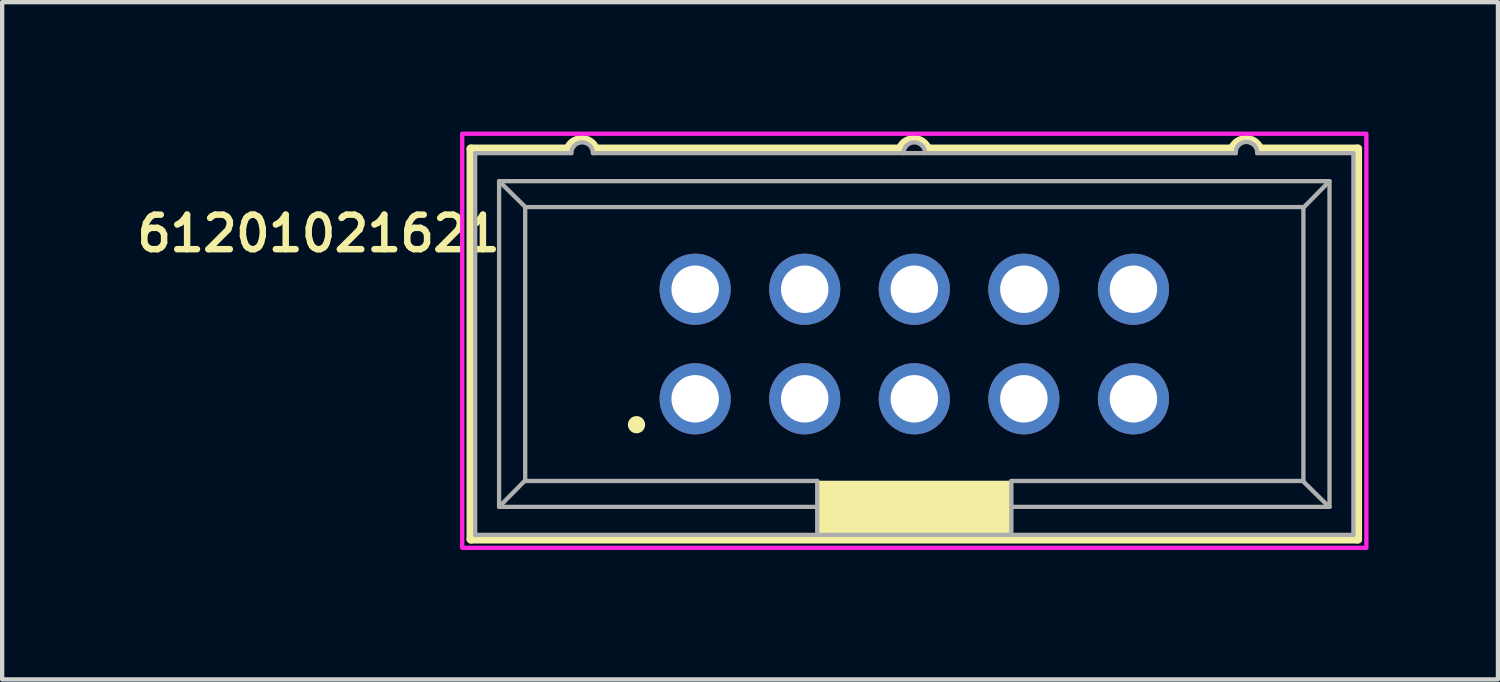
<source format=kicad_pcb>
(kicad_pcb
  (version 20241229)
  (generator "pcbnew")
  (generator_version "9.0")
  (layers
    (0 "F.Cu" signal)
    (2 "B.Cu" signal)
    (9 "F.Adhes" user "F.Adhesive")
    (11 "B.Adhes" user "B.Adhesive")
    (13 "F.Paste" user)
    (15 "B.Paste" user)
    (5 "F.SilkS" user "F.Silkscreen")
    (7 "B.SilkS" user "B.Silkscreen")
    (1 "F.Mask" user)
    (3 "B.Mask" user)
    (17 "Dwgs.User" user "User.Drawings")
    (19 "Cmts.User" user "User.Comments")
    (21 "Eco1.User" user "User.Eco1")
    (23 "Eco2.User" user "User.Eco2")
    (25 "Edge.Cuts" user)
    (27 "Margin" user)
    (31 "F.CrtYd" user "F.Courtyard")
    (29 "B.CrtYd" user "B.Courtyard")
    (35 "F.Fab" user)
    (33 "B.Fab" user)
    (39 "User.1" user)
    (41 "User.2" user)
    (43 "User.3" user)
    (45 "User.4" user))
  (footprint "61201021621"
    (layer "F.Cu")
    (at 18.145 4.925)
    (property "Reference" "61201021621" (at -13.81 -2.561 0) (layer "F.SilkS") (effects (font (size 0.8 0.8) (thickness 0.15))))
    (attr through_hole)
    (fp_line (start -10.28 -4.525) (end -10.28 4.525) (stroke (width 0.2) (type solid)) (layer "F.SilkS"))
    (fp_line (start -10.28 4.525) (end 10.28 4.525) (stroke (width 0.2) (type solid)) (layer "F.SilkS"))
    (fp_line (start -8.03 -4.525) (end -10.28 -4.525) (stroke (width 0.2) (type solid)) (layer "F.SilkS"))
    (fp_line (start -0.33 -4.525) (end -7.39 -4.525) (stroke (width 0.2) (type solid)) (layer "F.SilkS"))
    (fp_line (start 7.37 -4.525) (end 0.31 -4.525) (stroke (width 0.2) (type solid)) (layer "F.SilkS"))
    (fp_line (start 8.01 -4.525) (end 10.28 -4.525) (stroke (width 0.2) (type solid)) (layer "F.SilkS"))
    (fp_line (start 10.28 4.525) (end 10.28 -4.525) (stroke (width 0.2) (type solid)) (layer "F.SilkS"))
    (fp_arc (start -8.03 -4.525) (mid -7.71 -4.743548) (end -7.39 -4.525) (stroke (width 0.2) (type solid)) (layer "F.SilkS"))
    (fp_arc (start -0.33 -4.525) (mid -0.01 -4.743548) (end 0.31 -4.525) (stroke (width 0.2) (type solid)) (layer "F.SilkS"))
    (fp_arc (start 7.37 -4.525) (mid 7.69 -4.743548) (end 8.01 -4.525) (stroke (width 0.2) (type solid)) (layer "F.SilkS"))
    (fp_circle (center -6.44 1.87) (end -6.34 1.87) (stroke (width 0.2) (type solid)) (fill no) (layer "F.SilkS"))
    (fp_poly (pts (xy -2.25 3.175) (xy 2.25 3.175) (xy 2.25 4.425) (xy -2.25 4.425)) (stroke (width 0.01) (type solid)) (fill yes) (layer "F.SilkS"))
    (fp_poly (pts (xy -10.48 -4.875) (xy 10.48 -4.875) (xy 10.48 4.725) (xy -10.48 4.725)) (stroke (width 0.1) (type solid)) (fill no) (layer "F.CrtYd"))
    (fp_line (start -10.18 -4.425) (end -7.95 -4.425) (stroke (width 0.1) (type solid)) (layer "F.Fab"))
    (fp_line (start -10.18 4.425) (end -10.18 -4.425) (stroke (width 0.1) (type solid)) (layer "F.Fab"))
    (fp_line (start -9.625 -3.775) (end 9.625 -3.775) (stroke (width 0.1) (type solid)) (layer "F.Fab"))
    (fp_line (start -9.625 3.775) (end -9.625 -3.775) (stroke (width 0.1) (type solid)) (layer "F.Fab"))
    (fp_line (start -9.02 -3.175) (end 9.02 -3.175) (stroke (width 0.1) (type solid)) (layer "F.Fab"))
    (fp_line (start -9.02 3.16) (end -9.62 3.77) (stroke (width 0.1) (type solid)) (layer "F.Fab"))
    (fp_line (start -9.02 3.16) (end -9.02 -3.175) (stroke (width 0.1) (type solid)) (layer "F.Fab"))
    (fp_line (start -9.02 3.175) (end -9.02 3.16) (stroke (width 0.1) (type solid)) (layer "F.Fab"))
    (fp_line (start -9.01 -3.17) (end -9.62 -3.77) (stroke (width 0.1) (type solid)) (layer "F.Fab"))
    (fp_line (start -7.45 -4.425) (end 7.45 -4.425) (stroke (width 0.1) (type solid)) (layer "F.Fab"))
    (fp_line (start -2.25 3.175) (end -9.02 3.175) (stroke (width 0.1) (type solid)) (layer "F.Fab"))
    (fp_line (start -2.25 3.175) (end -2.25 3.775) (stroke (width 0.1) (type solid)) (layer "F.Fab"))
    (fp_line (start -2.25 3.775) (end -9.625 3.775) (stroke (width 0.1) (type solid)) (layer "F.Fab"))
    (fp_line (start -2.25 3.795) (end -2.25 4.395) (stroke (width 0.1) (type solid)) (layer "F.Fab"))
    (fp_line (start 2.25 3.175) (end 2.25 3.775) (stroke (width 0.1) (type solid)) (layer "F.Fab"))
    (fp_line (start 2.25 3.815) (end 2.25 4.415) (stroke (width 0.1) (type solid)) (layer "F.Fab"))
    (fp_line (start 7.95 -4.425) (end 10.18 -4.425) (stroke (width 0.1) (type solid)) (layer "F.Fab"))
    (fp_line (start 9 3.17) (end 9.61 3.77) (stroke (width 0.1) (type solid)) (layer "F.Fab"))
    (fp_line (start 9.01 -3.15) (end 9.61 -3.76) (stroke (width 0.1) (type solid)) (layer "F.Fab"))
    (fp_line (start 9.02 -3.175) (end 9.02 3.175) (stroke (width 0.1) (type solid)) (layer "F.Fab"))
    (fp_line (start 9.02 3.175) (end 2.25 3.175) (stroke (width 0.1) (type solid)) (layer "F.Fab"))
    (fp_line (start 9.625 -3.775) (end 9.625 3.775) (stroke (width 0.1) (type solid)) (layer "F.Fab"))
    (fp_line (start 9.625 3.775) (end 2.25 3.775) (stroke (width 0.1) (type solid)) (layer "F.Fab"))
    (fp_line (start 10.18 -4.425) (end 10.18 4.425) (stroke (width 0.1) (type solid)) (layer "F.Fab"))
    (fp_line (start 10.18 4.425) (end -10.18 4.425) (stroke (width 0.1) (type solid)) (layer "F.Fab"))
    (fp_arc (start -7.95 -4.425) (mid -7.7 -4.68005) (end -7.45 -4.425) (stroke (width 0.1) (type solid)) (layer "F.Fab"))
    (fp_arc (start -0.25 -4.425) (mid 0 -4.68005) (end 0.25 -4.425) (stroke (width 0.1) (type solid)) (layer "F.Fab"))
    (fp_arc (start 7.45 -4.425) (mid 7.7 -4.685196) (end 7.95 -4.425) (stroke (width 0.1) (type solid)) (layer "F.Fab"))
    (pad "1" thru_hole circle (at -5.08 1.27) (size 1.65 1.65) (drill 1.1) (layers "*.Cu" "*.Mask"))
    (pad "2" thru_hole circle (at -5.08 -1.27) (size 1.65 1.65) (drill 1.1) (layers "*.Cu" "*.Mask"))
    (pad "3" thru_hole circle (at -2.54 1.27) (size 1.65 1.65) (drill 1.1) (layers "*.Cu" "*.Mask"))
    (pad "4" thru_hole circle (at -2.54 -1.27) (size 1.65 1.65) (drill 1.1) (layers "*.Cu" "*.Mask"))
    (pad "5" thru_hole circle (at 0 1.27) (size 1.65 1.65) (drill 1.1) (layers "*.Cu" "*.Mask"))
    (pad "6" thru_hole circle (at 0 -1.27) (size 1.65 1.65) (drill 1.1) (layers "*.Cu" "*.Mask"))
    (pad "7" thru_hole circle (at 2.54 1.27) (size 1.65 1.65) (drill 1.1) (layers "*.Cu" "*.Mask"))
    (pad "8" thru_hole circle (at 2.54 -1.27) (size 1.65 1.65) (drill 1.1) (layers "*.Cu" "*.Mask"))
    (pad "9" thru_hole circle (at 5.08 1.27) (size 1.65 1.65) (drill 1.1) (layers "*.Cu" "*.Mask"))
    (pad "10" thru_hole circle (at 5.08 -1.27) (size 1.65 1.65) (drill 1.1) (layers "*.Cu" "*.Mask")))
  (gr_rect
    (start -3 -3)
    (end 31.675 12.7)
    (stroke (width 0.1) (type default))
    (fill no)
    (layer "Edge.Cuts")))
</source>
